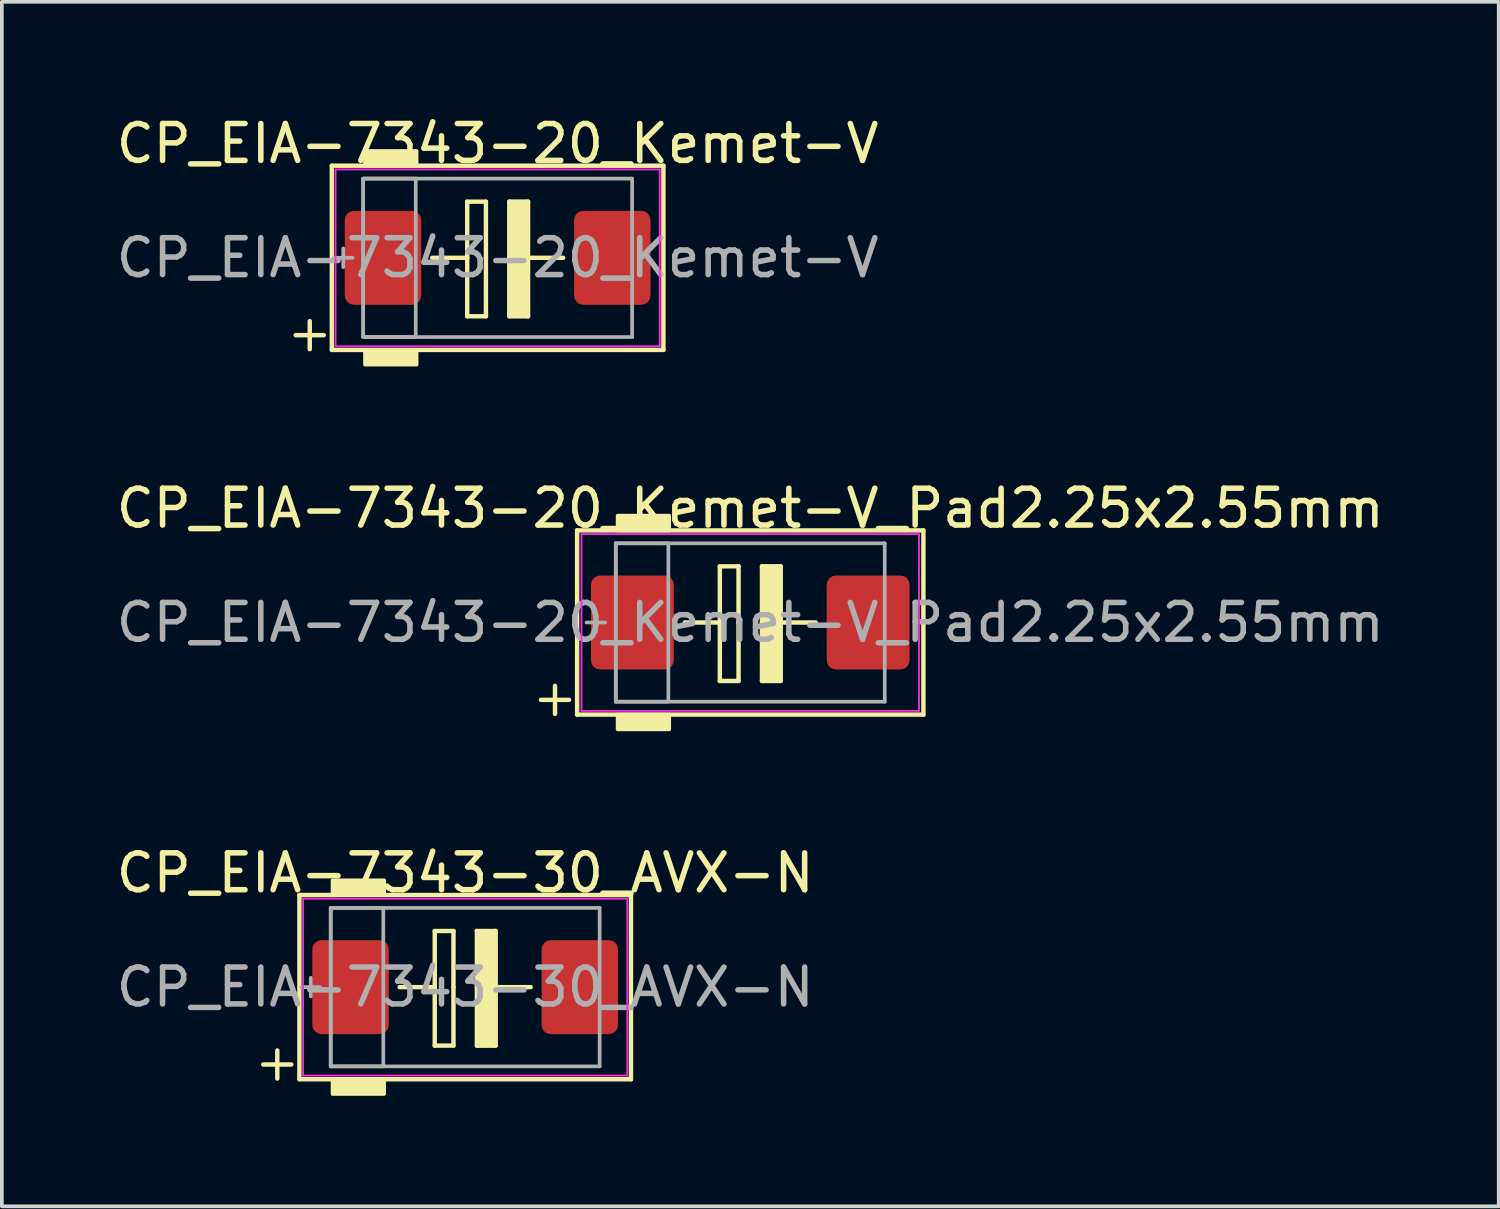
<source format=kicad_pcb>
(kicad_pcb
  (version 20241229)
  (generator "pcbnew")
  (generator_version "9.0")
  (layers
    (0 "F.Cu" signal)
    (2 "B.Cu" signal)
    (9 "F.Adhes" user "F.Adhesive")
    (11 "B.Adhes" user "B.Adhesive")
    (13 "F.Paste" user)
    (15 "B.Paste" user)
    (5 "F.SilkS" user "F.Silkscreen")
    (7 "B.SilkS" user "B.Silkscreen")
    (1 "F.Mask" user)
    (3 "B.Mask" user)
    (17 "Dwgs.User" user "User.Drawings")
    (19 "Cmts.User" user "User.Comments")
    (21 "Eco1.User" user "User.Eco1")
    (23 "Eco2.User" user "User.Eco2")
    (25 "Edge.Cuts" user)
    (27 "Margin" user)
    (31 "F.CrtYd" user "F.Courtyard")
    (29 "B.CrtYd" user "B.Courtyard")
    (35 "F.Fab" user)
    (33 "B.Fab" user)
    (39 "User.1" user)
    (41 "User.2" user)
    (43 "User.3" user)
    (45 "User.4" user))
  (footprint "CP_EIA-7343-20_Kemet-V_Pad2.25x2.55mm"
    (layer "F.Cu")
    (at 17.315 13.847)
    (property "Reference" "CP_EIA-7343-20_Kemet-V_Pad2.25x2.55mm" (at 0 -3.1 0) (layer "F.SilkS") (effects (font (size 1 1) (thickness 0.15))))
    (attr smd)
    (fp_line (start -5.681 2.1) (end -4.919 2.1) (stroke (width 0.12) (type solid)) (layer "F.SilkS"))
    (fp_line (start -5.3 1.719) (end -5.3 2.481) (stroke (width 0.12) (type solid)) (layer "F.SilkS"))
    (fp_line (start -4.7 -2.5) (end -4.7 2.5) (stroke (width 0.12) (type solid)) (layer "F.SilkS"))
    (fp_line (start -4.7 2.5) (end 4.7 2.5) (stroke (width 0.12) (type solid)) (layer "F.SilkS"))
    (fp_line (start -1.778 0) (end -0.826 0) (stroke (width 0.12) (type solid)) (layer "F.SilkS"))
    (fp_line (start -0.826 -1.524) (end -0.826 0) (stroke (width 0.12) (type solid)) (layer "F.SilkS"))
    (fp_line (start -0.826 1.587) (end -0.826 0) (stroke (width 0.12) (type solid)) (layer "F.SilkS"))
    (fp_line (start -0.826 1.587) (end -0.318 1.587) (stroke (width 0.12) (type solid)) (layer "F.SilkS"))
    (fp_line (start -0.318 -1.524) (end -0.826 -1.524) (stroke (width 0.12) (type solid)) (layer "F.SilkS"))
    (fp_line (start -0.318 -1.524) (end -0.318 0) (stroke (width 0.12) (type solid)) (layer "F.SilkS"))
    (fp_line (start -0.318 1.587) (end -0.318 0) (stroke (width 0.12) (type solid)) (layer "F.SilkS"))
    (fp_line (start 0.318 -1.524) (end 0.318 0) (stroke (width 0.12) (type solid)) (layer "F.SilkS"))
    (fp_line (start 0.318 1.587) (end 0.318 0) (stroke (width 0.12) (type solid)) (layer "F.SilkS"))
    (fp_line (start 0.318 1.587) (end 0.826 1.587) (stroke (width 0.12) (type solid)) (layer "F.SilkS"))
    (fp_line (start 0.826 -1.524) (end 0.318 -1.524) (stroke (width 0.12) (type solid)) (layer "F.SilkS"))
    (fp_line (start 0.826 -1.524) (end 0.826 0) (stroke (width 0.12) (type solid)) (layer "F.SilkS"))
    (fp_line (start 0.826 0) (end 1.778 0) (stroke (width 0.12) (type solid)) (layer "F.SilkS"))
    (fp_line (start 0.826 1.587) (end 0.826 0) (stroke (width 0.12) (type solid)) (layer "F.SilkS"))
    (fp_line (start 4.7 -2.5) (end -4.7 -2.5) (stroke (width 0.12) (type solid)) (layer "F.SilkS"))
    (fp_line (start 4.7 2.5) (end 4.7 -2.5) (stroke (width 0.12) (type solid)) (layer "F.SilkS"))
    (fp_poly (pts (xy -2.2 -2.5) (xy -3.6 -2.5) (xy -3.6 -2.9) (xy -2.2 -2.9)) (stroke (width 0.1) (type solid)) (fill yes) (layer "F.SilkS"))
    (fp_poly (pts (xy -2.2 2.9) (xy -3.6 2.9) (xy -3.6 2.5) (xy -2.2 2.5)) (stroke (width 0.1) (type solid)) (fill yes) (layer "F.SilkS"))
    (fp_poly (pts (xy 0.826 1.587) (xy 0.318 1.587) (xy 0.318 -1.524) (xy 0.826 -1.524)) (stroke (width 0.1) (type solid)) (fill yes) (layer "F.SilkS"))
    (fp_line (start -4.58 -2.4) (end 4.58 -2.4) (stroke (width 0.05) (type solid)) (layer "F.CrtYd"))
    (fp_line (start -4.58 2.4) (end -4.58 -2.4) (stroke (width 0.05) (type solid)) (layer "F.CrtYd"))
    (fp_line (start 4.58 -2.4) (end 4.58 2.4) (stroke (width 0.05) (type solid)) (layer "F.CrtYd"))
    (fp_line (start 4.58 2.4) (end -4.58 2.4) (stroke (width 0.05) (type solid)) (layer "F.CrtYd"))
    (fp_line (start -4.191 -0.254) (end -4.191 0.254) (stroke (width 0.1) (type solid)) (layer "F.Fab"))
    (fp_line (start -3.937 0) (end -4.445 0) (stroke (width 0.1) (type solid)) (layer "F.Fab"))
    (fp_line (start -3.65 -2.15) (end -3.65 2.15) (stroke (width 0.1) (type solid)) (layer "F.Fab"))
    (fp_line (start -3.65 2.15) (end 3.65 2.15) (stroke (width 0.1) (type solid)) (layer "F.Fab"))
    (fp_line (start 3.65 -2.15) (end -3.65 -2.15) (stroke (width 0.1) (type solid)) (layer "F.Fab"))
    (fp_line (start 3.65 2.15) (end 3.65 -2.15) (stroke (width 0.1) (type solid)) (layer "F.Fab"))
    (fp_rect (start -3.65 -2.15) (end -2.223 2.15) (stroke (width 0.1) (type solid)) (fill no) (layer "F.Fab"))
    (fp_text user "${REFERENCE}" (at 0 0 0) (layer "F.Fab") (effects (font (size 1 1) (thickness 0.15))))
    (pad "1" smd roundrect (at -3.2 0) (size 2.25 2.55) (layers "F.Cu" "F.Mask" "F.Paste") (roundrect_rratio 0.111))
    (pad "2" smd roundrect (at 3.2 0) (size 2.25 2.55) (layers "F.Cu" "F.Mask" "F.Paste") (roundrect_rratio 0.111)))
  (footprint "CP_EIA-7343-30_AVX-N"
    (layer "F.Cu")
    (at 9.577 23.745)
    (property "Reference" "CP_EIA-7343-30_AVX-N" (at 0 -3.1 0) (layer "F.SilkS") (effects (font (size 1 1) (thickness 0.15))))
    (attr smd)
    (fp_line (start -5.481 2.1) (end -4.719 2.1) (stroke (width 0.12) (type solid)) (layer "F.SilkS"))
    (fp_line (start -5.1 1.719) (end -5.1 2.481) (stroke (width 0.12) (type solid)) (layer "F.SilkS"))
    (fp_line (start -4.5 -2.5) (end -4.5 2.5) (stroke (width 0.12) (type solid)) (layer "F.SilkS"))
    (fp_line (start -4.5 2.5) (end 4.5 2.5) (stroke (width 0.12) (type solid)) (layer "F.SilkS"))
    (fp_line (start -1.778 0) (end -0.826 0) (stroke (width 0.12) (type solid)) (layer "F.SilkS"))
    (fp_line (start -0.826 -1.524) (end -0.826 0) (stroke (width 0.12) (type solid)) (layer "F.SilkS"))
    (fp_line (start -0.826 1.587) (end -0.826 0) (stroke (width 0.12) (type solid)) (layer "F.SilkS"))
    (fp_line (start -0.826 1.587) (end -0.318 1.587) (stroke (width 0.12) (type solid)) (layer "F.SilkS"))
    (fp_line (start -0.318 -1.524) (end -0.826 -1.524) (stroke (width 0.12) (type solid)) (layer "F.SilkS"))
    (fp_line (start -0.318 -1.524) (end -0.318 0) (stroke (width 0.12) (type solid)) (layer "F.SilkS"))
    (fp_line (start -0.318 1.587) (end -0.318 0) (stroke (width 0.12) (type solid)) (layer "F.SilkS"))
    (fp_line (start 0.318 -1.524) (end 0.318 0) (stroke (width 0.12) (type solid)) (layer "F.SilkS"))
    (fp_line (start 0.318 1.587) (end 0.318 0) (stroke (width 0.12) (type solid)) (layer "F.SilkS"))
    (fp_line (start 0.318 1.587) (end 0.826 1.587) (stroke (width 0.12) (type solid)) (layer "F.SilkS"))
    (fp_line (start 0.826 -1.524) (end 0.318 -1.524) (stroke (width 0.12) (type solid)) (layer "F.SilkS"))
    (fp_line (start 0.826 -1.524) (end 0.826 0) (stroke (width 0.12) (type solid)) (layer "F.SilkS"))
    (fp_line (start 0.826 0) (end 1.778 0) (stroke (width 0.12) (type solid)) (layer "F.SilkS"))
    (fp_line (start 0.826 1.587) (end 0.826 0) (stroke (width 0.12) (type solid)) (layer "F.SilkS"))
    (fp_line (start 4.5 -2.5) (end -4.5 -2.5) (stroke (width 0.12) (type solid)) (layer "F.SilkS"))
    (fp_line (start 4.5 2.5) (end 4.5 -2.5) (stroke (width 0.12) (type solid)) (layer "F.SilkS"))
    (fp_poly (pts (xy -2.2 -2.5) (xy -3.6 -2.5) (xy -3.6 -2.9) (xy -2.2 -2.9)) (stroke (width 0.1) (type solid)) (fill yes) (layer "F.SilkS"))
    (fp_poly (pts (xy -2.2 2.9) (xy -3.6 2.9) (xy -3.6 2.5) (xy -2.2 2.5)) (stroke (width 0.1) (type solid)) (fill yes) (layer "F.SilkS"))
    (fp_poly (pts (xy 0.826 1.587) (xy 0.318 1.587) (xy 0.318 -1.524) (xy 0.826 -1.524)) (stroke (width 0.1) (type solid)) (fill yes) (layer "F.SilkS"))
    (fp_line (start -4.4 -2.4) (end 4.4 -2.4) (stroke (width 0.05) (type solid)) (layer "F.CrtYd"))
    (fp_line (start -4.4 2.4) (end -4.4 -2.4) (stroke (width 0.05) (type solid)) (layer "F.CrtYd"))
    (fp_line (start 4.4 -2.4) (end 4.4 2.4) (stroke (width 0.05) (type solid)) (layer "F.CrtYd"))
    (fp_line (start 4.4 2.4) (end -4.4 2.4) (stroke (width 0.05) (type solid)) (layer "F.CrtYd"))
    (fp_line (start -4.191 -0.254) (end -4.191 0.254) (stroke (width 0.1) (type solid)) (layer "F.Fab"))
    (fp_line (start -3.937 0) (end -4.445 0) (stroke (width 0.1) (type solid)) (layer "F.Fab"))
    (fp_line (start -3.65 -2.15) (end -3.65 2.15) (stroke (width 0.1) (type solid)) (layer "F.Fab"))
    (fp_line (start -3.65 2.15) (end 3.65 2.15) (stroke (width 0.1) (type solid)) (layer "F.Fab"))
    (fp_line (start 3.65 -2.15) (end -3.65 -2.15) (stroke (width 0.1) (type solid)) (layer "F.Fab"))
    (fp_line (start 3.65 2.15) (end 3.65 -2.15) (stroke (width 0.1) (type solid)) (layer "F.Fab"))
    (fp_rect (start -3.65 -2.15) (end -2.223 2.15) (stroke (width 0.1) (type solid)) (fill no) (layer "F.Fab"))
    (fp_text user "${REFERENCE}" (at 0 0 0) (layer "F.Fab") (effects (font (size 1 1) (thickness 0.15))))
    (pad "1" smd roundrect (at -3.112 0) (size 2.075 2.55) (layers "F.Cu" "F.Mask" "F.Paste") (roundrect_rratio 0.12))
    (pad "2" smd roundrect (at 3.112 0) (size 2.075 2.55) (layers "F.Cu" "F.Mask" "F.Paste") (roundrect_rratio 0.12)))
  (footprint "CP_EIA-7343-20_Kemet-V"
    (layer "F.Cu")
    (at 10.458 3.948)
    (property "Reference" "CP_EIA-7343-20_Kemet-V" (at 0 -3.1 0) (layer "F.SilkS") (effects (font (size 1 1) (thickness 0.15))))
    (attr smd)
    (fp_line (start -5.481 2.1) (end -4.719 2.1) (stroke (width 0.12) (type solid)) (layer "F.SilkS"))
    (fp_line (start -5.1 1.719) (end -5.1 2.481) (stroke (width 0.12) (type solid)) (layer "F.SilkS"))
    (fp_line (start -4.5 -2.5) (end -4.5 2.5) (stroke (width 0.12) (type solid)) (layer "F.SilkS"))
    (fp_line (start -4.5 2.5) (end 4.5 2.5) (stroke (width 0.12) (type solid)) (layer "F.SilkS"))
    (fp_line (start -1.778 0) (end -0.826 0) (stroke (width 0.12) (type solid)) (layer "F.SilkS"))
    (fp_line (start -0.826 -1.524) (end -0.826 0) (stroke (width 0.12) (type solid)) (layer "F.SilkS"))
    (fp_line (start -0.826 1.587) (end -0.826 0) (stroke (width 0.12) (type solid)) (layer "F.SilkS"))
    (fp_line (start -0.826 1.587) (end -0.318 1.587) (stroke (width 0.12) (type solid)) (layer "F.SilkS"))
    (fp_line (start -0.318 -1.524) (end -0.826 -1.524) (stroke (width 0.12) (type solid)) (layer "F.SilkS"))
    (fp_line (start -0.318 -1.524) (end -0.318 0) (stroke (width 0.12) (type solid)) (layer "F.SilkS"))
    (fp_line (start -0.318 1.587) (end -0.318 0) (stroke (width 0.12) (type solid)) (layer "F.SilkS"))
    (fp_line (start 0.318 -1.524) (end 0.318 0) (stroke (width 0.12) (type solid)) (layer "F.SilkS"))
    (fp_line (start 0.318 1.587) (end 0.318 0) (stroke (width 0.12) (type solid)) (layer "F.SilkS"))
    (fp_line (start 0.318 1.587) (end 0.826 1.587) (stroke (width 0.12) (type solid)) (layer "F.SilkS"))
    (fp_line (start 0.826 -1.524) (end 0.318 -1.524) (stroke (width 0.12) (type solid)) (layer "F.SilkS"))
    (fp_line (start 0.826 -1.524) (end 0.826 0) (stroke (width 0.12) (type solid)) (layer "F.SilkS"))
    (fp_line (start 0.826 0) (end 1.778 0) (stroke (width 0.12) (type solid)) (layer "F.SilkS"))
    (fp_line (start 0.826 1.587) (end 0.826 0) (stroke (width 0.12) (type solid)) (layer "F.SilkS"))
    (fp_line (start 4.5 -2.5) (end -4.5 -2.5) (stroke (width 0.12) (type solid)) (layer "F.SilkS"))
    (fp_line (start 4.5 2.5) (end 4.5 -2.5) (stroke (width 0.12) (type solid)) (layer "F.SilkS"))
    (fp_poly (pts (xy -2.2 -2.5) (xy -3.6 -2.5) (xy -3.6 -2.9) (xy -2.2 -2.9)) (stroke (width 0.1) (type solid)) (fill yes) (layer "F.SilkS"))
    (fp_poly (pts (xy -2.2 2.9) (xy -3.6 2.9) (xy -3.6 2.5) (xy -2.2 2.5)) (stroke (width 0.1) (type solid)) (fill yes) (layer "F.SilkS"))
    (fp_poly (pts (xy 0.826 1.587) (xy 0.318 1.587) (xy 0.318 -1.524) (xy 0.826 -1.524)) (stroke (width 0.1) (type solid)) (fill yes) (layer "F.SilkS"))
    (fp_line (start -4.4 -2.4) (end 4.4 -2.4) (stroke (width 0.05) (type solid)) (layer "F.CrtYd"))
    (fp_line (start -4.4 2.4) (end -4.4 -2.4) (stroke (width 0.05) (type solid)) (layer "F.CrtYd"))
    (fp_line (start 4.4 -2.4) (end 4.4 2.4) (stroke (width 0.05) (type solid)) (layer "F.CrtYd"))
    (fp_line (start 4.4 2.4) (end -4.4 2.4) (stroke (width 0.05) (type solid)) (layer "F.CrtYd"))
    (fp_line (start -4.191 -0.254) (end -4.191 0.254) (stroke (width 0.1) (type solid)) (layer "F.Fab"))
    (fp_line (start -3.937 0) (end -4.445 0) (stroke (width 0.1) (type solid)) (layer "F.Fab"))
    (fp_line (start -3.65 -2.15) (end -3.65 2.15) (stroke (width 0.1) (type solid)) (layer "F.Fab"))
    (fp_line (start -3.65 2.15) (end 3.65 2.15) (stroke (width 0.1) (type solid)) (layer "F.Fab"))
    (fp_line (start 3.65 -2.15) (end -3.65 -2.15) (stroke (width 0.1) (type solid)) (layer "F.Fab"))
    (fp_line (start 3.65 2.15) (end 3.65 -2.15) (stroke (width 0.1) (type solid)) (layer "F.Fab"))
    (fp_rect (start -3.65 -2.15) (end -2.223 2.15) (stroke (width 0.1) (type solid)) (fill no) (layer "F.Fab"))
    (fp_text user "${REFERENCE}" (at 0 0 0) (layer "F.Fab") (effects (font (size 1 1) (thickness 0.15))))
    (pad "1" smd roundrect (at -3.112 0) (size 2.075 2.55) (layers "F.Cu" "F.Mask" "F.Paste") (roundrect_rratio 0.12))
    (pad "2" smd roundrect (at 3.112 0) (size 2.075 2.55) (layers "F.Cu" "F.Mask" "F.Paste") (roundrect_rratio 0.12)))
  (gr_rect
    (start -3 -3)
    (end 37.631 29.695)
    (stroke (width 0.1) (type default))
    (fill no)
    (layer "Edge.Cuts")))
</source>
